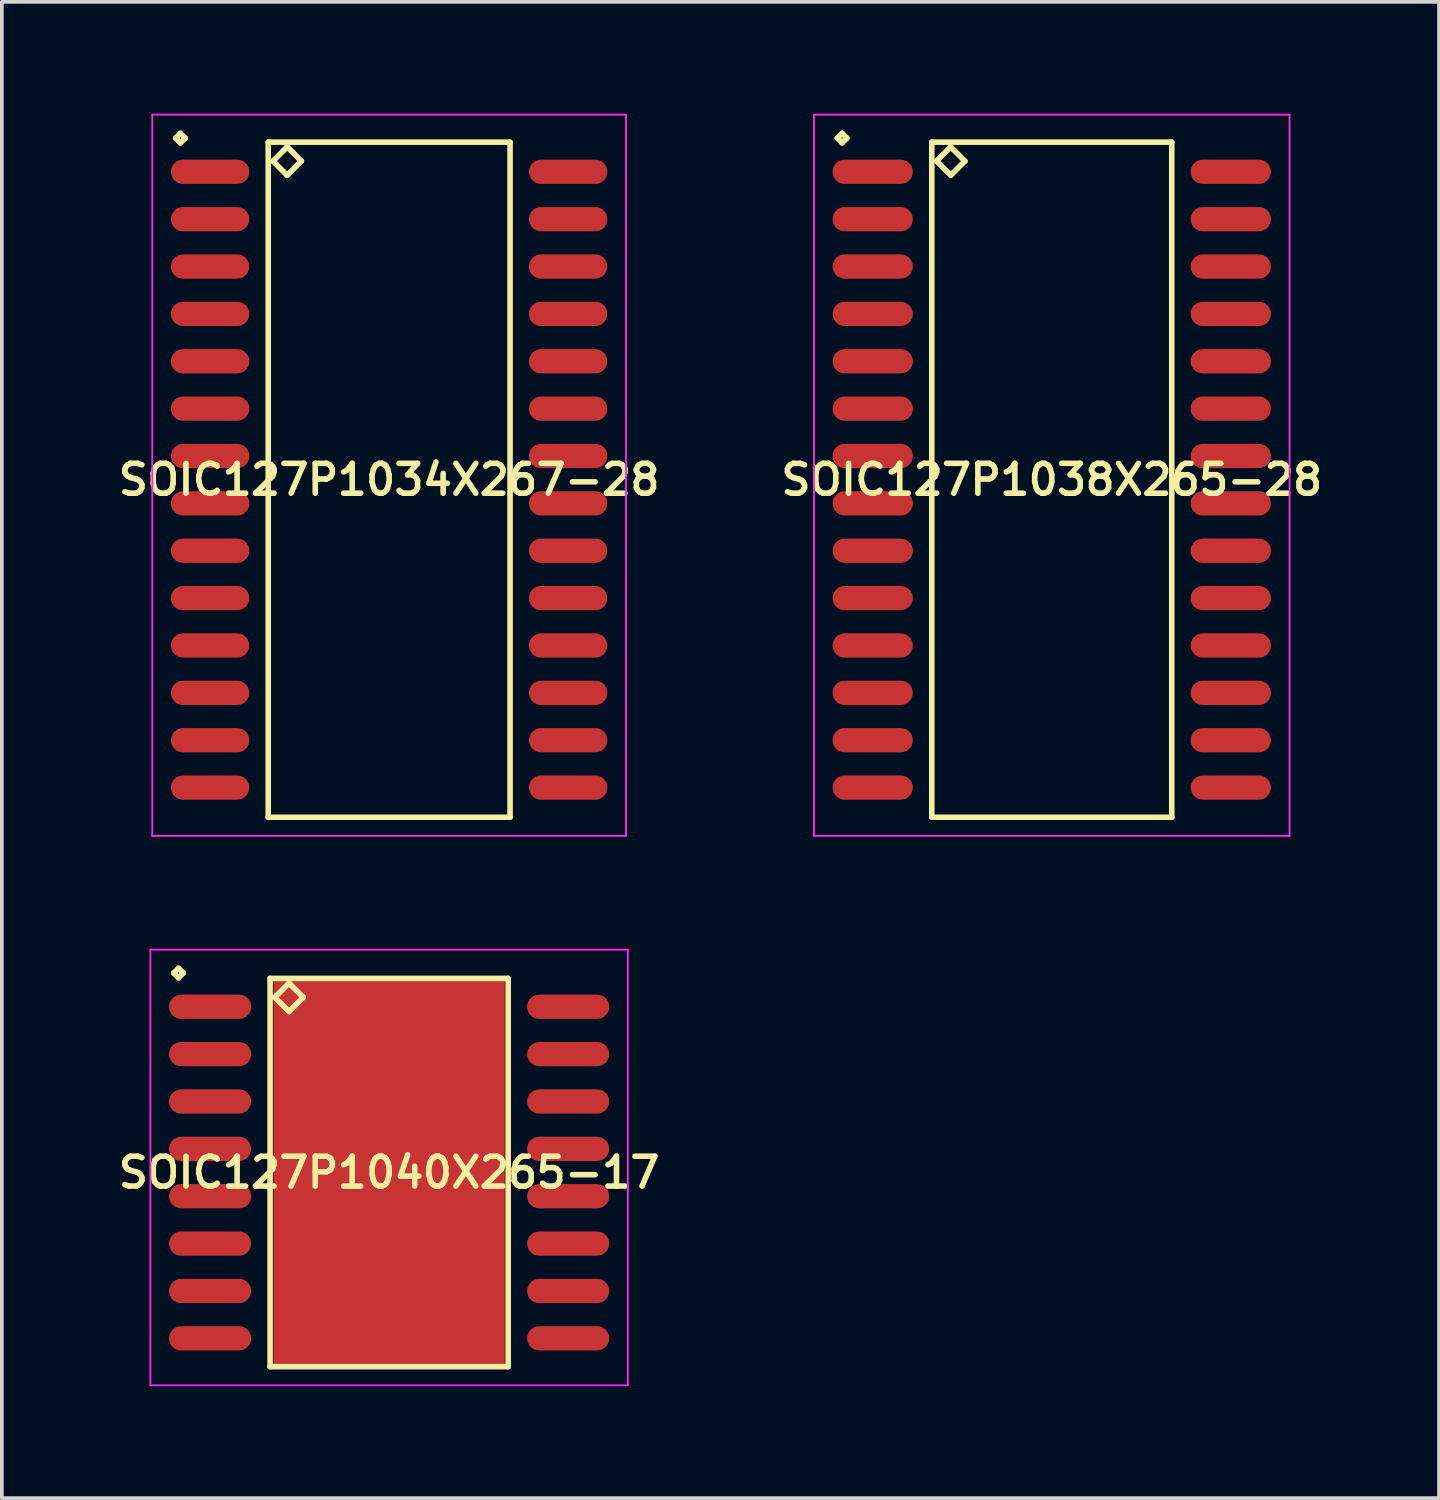
<source format=kicad_pcb>
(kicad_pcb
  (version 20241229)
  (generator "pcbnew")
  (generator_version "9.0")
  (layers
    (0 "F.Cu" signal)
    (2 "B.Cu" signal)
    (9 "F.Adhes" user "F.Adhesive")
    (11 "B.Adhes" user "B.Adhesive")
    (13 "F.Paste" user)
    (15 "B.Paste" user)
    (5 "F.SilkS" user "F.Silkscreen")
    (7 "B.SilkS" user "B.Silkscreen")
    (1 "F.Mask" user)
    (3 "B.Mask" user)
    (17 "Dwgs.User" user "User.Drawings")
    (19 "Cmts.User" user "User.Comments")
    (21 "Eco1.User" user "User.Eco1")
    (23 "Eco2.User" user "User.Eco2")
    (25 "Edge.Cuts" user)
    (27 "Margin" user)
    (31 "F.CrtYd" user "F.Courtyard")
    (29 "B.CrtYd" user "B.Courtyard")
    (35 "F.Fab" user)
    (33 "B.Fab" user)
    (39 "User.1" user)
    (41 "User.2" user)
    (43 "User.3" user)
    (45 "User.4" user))
  (footprint "SOIC127P1040X265-17"
    (layer "F.Cu")
    (at 7.383 28.387)
    (property "Reference" "SOIC127P1040X265-17" (at 0 0 0) (layer "F.SilkS") (effects (font (size 0.8 0.8) (thickness 0.15))))
    (attr smd)
    (fp_line (start -5.773 -5.349) (end -5.646 -5.476) (stroke (width 0.15) (type solid)) (layer "F.SilkS"))
    (fp_line (start -5.646 -5.476) (end -5.519 -5.349) (stroke (width 0.15) (type solid)) (layer "F.SilkS"))
    (fp_line (start -5.646 -5.222) (end -5.773 -5.349) (stroke (width 0.15) (type solid)) (layer "F.SilkS"))
    (fp_line (start -5.519 -5.349) (end -5.646 -5.222) (stroke (width 0.15) (type solid)) (layer "F.SilkS"))
    (fp_line (start -3.192 -5.205) (end -3.192 5.205) (stroke (width 0.15) (type solid)) (layer "F.SilkS"))
    (fp_line (start -3.192 5.205) (end 3.192 5.205) (stroke (width 0.15) (type solid)) (layer "F.SilkS"))
    (fp_line (start -3.065 -4.697) (end -2.684 -5.078) (stroke (width 0.15) (type solid)) (layer "F.SilkS"))
    (fp_line (start -2.684 -5.078) (end -2.303 -4.697) (stroke (width 0.15) (type solid)) (layer "F.SilkS"))
    (fp_line (start -2.684 -4.316) (end -3.065 -4.697) (stroke (width 0.15) (type solid)) (layer "F.SilkS"))
    (fp_line (start -2.303 -4.697) (end -2.684 -4.316) (stroke (width 0.15) (type solid)) (layer "F.SilkS"))
    (fp_line (start 3.192 -5.205) (end -3.192 -5.205) (stroke (width 0.15) (type solid)) (layer "F.SilkS"))
    (fp_line (start 3.192 5.205) (end 3.192 -5.205) (stroke (width 0.15) (type solid)) (layer "F.SilkS"))
    (fp_line (start -6.4 -5.976) (end 6.4 -5.976) (stroke (width 0.05) (type solid)) (layer "F.CrtYd"))
    (fp_line (start -6.4 5.705) (end -6.4 -5.976) (stroke (width 0.05) (type solid)) (layer "F.CrtYd"))
    (fp_line (start 6.4 -5.976) (end 6.4 5.705) (stroke (width 0.05) (type solid)) (layer "F.CrtYd"))
    (fp_line (start 6.4 5.705) (end -6.4 5.705) (stroke (width 0.05) (type solid)) (layer "F.CrtYd"))
    (pad "1" smd oval (at -4.8 -4.445) (size 2.2 0.65) (layers "F.Cu" "F.Mask" "F.Paste"))
    (pad "2" smd oval (at -4.8 -3.175) (size 2.2 0.65) (layers "F.Cu" "F.Mask" "F.Paste"))
    (pad "3" smd oval (at -4.8 -1.905) (size 2.2 0.65) (layers "F.Cu" "F.Mask" "F.Paste"))
    (pad "4" smd oval (at -4.8 -0.635) (size 2.2 0.65) (layers "F.Cu" "F.Mask" "F.Paste"))
    (pad "5" smd oval (at -4.8 0.635) (size 2.2 0.65) (layers "F.Cu" "F.Mask" "F.Paste"))
    (pad "6" smd oval (at -4.8 1.905) (size 2.2 0.65) (layers "F.Cu" "F.Mask" "F.Paste"))
    (pad "7" smd oval (at -4.8 3.175) (size 2.2 0.65) (layers "F.Cu" "F.Mask" "F.Paste"))
    (pad "8" smd oval (at -4.8 4.445) (size 2.2 0.65) (layers "F.Cu" "F.Mask" "F.Paste"))
    (pad "9" smd oval (at 4.8 4.445) (size 2.2 0.65) (layers "F.Cu" "F.Mask" "F.Paste"))
    (pad "10" smd oval (at 4.8 3.175) (size 2.2 0.65) (layers "F.Cu" "F.Mask" "F.Paste"))
    (pad "11" smd oval (at 4.8 1.905) (size 2.2 0.65) (layers "F.Cu" "F.Mask" "F.Paste"))
    (pad "12" smd oval (at 4.8 0.635) (size 2.2 0.65) (layers "F.Cu" "F.Mask" "F.Paste"))
    (pad "13" smd oval (at 4.8 -0.635) (size 2.2 0.65) (layers "F.Cu" "F.Mask" "F.Paste"))
    (pad "14" smd oval (at 4.8 -1.905) (size 2.2 0.65) (layers "F.Cu" "F.Mask" "F.Paste"))
    (pad "15" smd oval (at 4.8 -3.175) (size 2.2 0.65) (layers "F.Cu" "F.Mask" "F.Paste"))
    (pad "16" smd oval (at 4.8 -4.445) (size 2.2 0.65) (layers "F.Cu" "F.Mask" "F.Paste"))
    (pad "17" smd rect (at 0 0) (size 6.2 10.4) (layers "F.Cu" "F.Mask" "F.Paste")))
  (footprint "SOIC127P1034X267-28"
    (layer "F.Cu")
    (at 7.383 9.811)
    (property "Reference" "SOIC127P1034X267-28" (at 0 0 0) (layer "F.SilkS") (effects (font (size 0.8 0.8) (thickness 0.15))))
    (attr smd)
    (fp_line (start -5.723 -9.159) (end -5.596 -9.286) (stroke (width 0.15) (type solid)) (layer "F.SilkS"))
    (fp_line (start -5.596 -9.286) (end -5.469 -9.159) (stroke (width 0.15) (type solid)) (layer "F.SilkS"))
    (fp_line (start -5.596 -9.032) (end -5.723 -9.159) (stroke (width 0.15) (type solid)) (layer "F.SilkS"))
    (fp_line (start -5.469 -9.159) (end -5.596 -9.032) (stroke (width 0.15) (type solid)) (layer "F.SilkS"))
    (fp_line (start -3.242 -9.05) (end -3.242 9.05) (stroke (width 0.15) (type solid)) (layer "F.SilkS"))
    (fp_line (start -3.242 9.05) (end 3.242 9.05) (stroke (width 0.15) (type solid)) (layer "F.SilkS"))
    (fp_line (start -3.115 -8.542) (end -2.734 -8.923) (stroke (width 0.15) (type solid)) (layer "F.SilkS"))
    (fp_line (start -2.734 -8.923) (end -2.353 -8.542) (stroke (width 0.15) (type solid)) (layer "F.SilkS"))
    (fp_line (start -2.734 -8.161) (end -3.115 -8.542) (stroke (width 0.15) (type solid)) (layer "F.SilkS"))
    (fp_line (start -2.353 -8.542) (end -2.734 -8.161) (stroke (width 0.15) (type solid)) (layer "F.SilkS"))
    (fp_line (start 3.242 -9.05) (end -3.242 -9.05) (stroke (width 0.15) (type solid)) (layer "F.SilkS"))
    (fp_line (start 3.242 9.05) (end 3.242 -9.05) (stroke (width 0.15) (type solid)) (layer "F.SilkS"))
    (fp_line (start -6.35 -9.786) (end 6.35 -9.786) (stroke (width 0.05) (type solid)) (layer "F.CrtYd"))
    (fp_line (start -6.35 9.55) (end -6.35 -9.786) (stroke (width 0.05) (type solid)) (layer "F.CrtYd"))
    (fp_line (start 6.35 -9.786) (end 6.35 9.55) (stroke (width 0.05) (type solid)) (layer "F.CrtYd"))
    (fp_line (start 6.35 9.55) (end -6.35 9.55) (stroke (width 0.05) (type solid)) (layer "F.CrtYd"))
    (pad "1" smd oval (at -4.8 -8.255) (size 2.1 0.65) (layers "F.Cu" "F.Mask" "F.Paste"))
    (pad "2" smd oval (at -4.8 -6.985) (size 2.1 0.65) (layers "F.Cu" "F.Mask" "F.Paste"))
    (pad "3" smd oval (at -4.8 -5.715) (size 2.1 0.65) (layers "F.Cu" "F.Mask" "F.Paste"))
    (pad "4" smd oval (at -4.8 -4.445) (size 2.1 0.65) (layers "F.Cu" "F.Mask" "F.Paste"))
    (pad "5" smd oval (at -4.8 -3.175) (size 2.1 0.65) (layers "F.Cu" "F.Mask" "F.Paste"))
    (pad "6" smd oval (at -4.8 -1.905) (size 2.1 0.65) (layers "F.Cu" "F.Mask" "F.Paste"))
    (pad "7" smd oval (at -4.8 -0.635) (size 2.1 0.65) (layers "F.Cu" "F.Mask" "F.Paste"))
    (pad "8" smd oval (at -4.8 0.635) (size 2.1 0.65) (layers "F.Cu" "F.Mask" "F.Paste"))
    (pad "9" smd oval (at -4.8 1.905) (size 2.1 0.65) (layers "F.Cu" "F.Mask" "F.Paste"))
    (pad "10" smd oval (at -4.8 3.175) (size 2.1 0.65) (layers "F.Cu" "F.Mask" "F.Paste"))
    (pad "11" smd oval (at -4.8 4.445) (size 2.1 0.65) (layers "F.Cu" "F.Mask" "F.Paste"))
    (pad "12" smd oval (at -4.8 5.715) (size 2.1 0.65) (layers "F.Cu" "F.Mask" "F.Paste"))
    (pad "13" smd oval (at -4.8 6.985) (size 2.1 0.65) (layers "F.Cu" "F.Mask" "F.Paste"))
    (pad "14" smd oval (at -4.8 8.255) (size 2.1 0.65) (layers "F.Cu" "F.Mask" "F.Paste"))
    (pad "15" smd oval (at 4.8 8.255) (size 2.1 0.65) (layers "F.Cu" "F.Mask" "F.Paste"))
    (pad "16" smd oval (at 4.8 6.985) (size 2.1 0.65) (layers "F.Cu" "F.Mask" "F.Paste"))
    (pad "17" smd oval (at 4.8 5.715) (size 2.1 0.65) (layers "F.Cu" "F.Mask" "F.Paste"))
    (pad "18" smd oval (at 4.8 4.445) (size 2.1 0.65) (layers "F.Cu" "F.Mask" "F.Paste"))
    (pad "19" smd oval (at 4.8 3.175) (size 2.1 0.65) (layers "F.Cu" "F.Mask" "F.Paste"))
    (pad "20" smd oval (at 4.8 1.905) (size 2.1 0.65) (layers "F.Cu" "F.Mask" "F.Paste"))
    (pad "21" smd oval (at 4.8 0.635) (size 2.1 0.65) (layers "F.Cu" "F.Mask" "F.Paste"))
    (pad "22" smd oval (at 4.8 -0.635) (size 2.1 0.65) (layers "F.Cu" "F.Mask" "F.Paste"))
    (pad "23" smd oval (at 4.8 -1.905) (size 2.1 0.65) (layers "F.Cu" "F.Mask" "F.Paste"))
    (pad "24" smd oval (at 4.8 -3.175) (size 2.1 0.65) (layers "F.Cu" "F.Mask" "F.Paste"))
    (pad "25" smd oval (at 4.8 -4.445) (size 2.1 0.65) (layers "F.Cu" "F.Mask" "F.Paste"))
    (pad "26" smd oval (at 4.8 -5.715) (size 2.1 0.65) (layers "F.Cu" "F.Mask" "F.Paste"))
    (pad "27" smd oval (at 4.8 -6.985) (size 2.1 0.65) (layers "F.Cu" "F.Mask" "F.Paste"))
    (pad "28" smd oval (at 4.8 -8.255) (size 2.1 0.65) (layers "F.Cu" "F.Mask" "F.Paste")))
  (footprint "SOIC127P1038X265-28"
    (layer "F.Cu")
    (at 25.149 9.811)
    (property "Reference" "SOIC127P1038X265-28" (at 0 0 0) (layer "F.SilkS") (effects (font (size 0.8 0.8) (thickness 0.15))))
    (attr smd)
    (fp_line (start -5.748 -9.159) (end -5.621 -9.286) (stroke (width 0.15) (type solid)) (layer "F.SilkS"))
    (fp_line (start -5.621 -9.286) (end -5.494 -9.159) (stroke (width 0.15) (type solid)) (layer "F.SilkS"))
    (fp_line (start -5.621 -9.032) (end -5.748 -9.159) (stroke (width 0.15) (type solid)) (layer "F.SilkS"))
    (fp_line (start -5.494 -9.159) (end -5.621 -9.032) (stroke (width 0.15) (type solid)) (layer "F.SilkS"))
    (fp_line (start -3.217 -9.05) (end -3.217 9.05) (stroke (width 0.15) (type solid)) (layer "F.SilkS"))
    (fp_line (start -3.217 9.05) (end 3.217 9.05) (stroke (width 0.15) (type solid)) (layer "F.SilkS"))
    (fp_line (start -3.09 -8.542) (end -2.709 -8.923) (stroke (width 0.15) (type solid)) (layer "F.SilkS"))
    (fp_line (start -2.709 -8.923) (end -2.328 -8.542) (stroke (width 0.15) (type solid)) (layer "F.SilkS"))
    (fp_line (start -2.709 -8.161) (end -3.09 -8.542) (stroke (width 0.15) (type solid)) (layer "F.SilkS"))
    (fp_line (start -2.328 -8.542) (end -2.709 -8.161) (stroke (width 0.15) (type solid)) (layer "F.SilkS"))
    (fp_line (start 3.217 -9.05) (end -3.217 -9.05) (stroke (width 0.15) (type solid)) (layer "F.SilkS"))
    (fp_line (start 3.217 9.05) (end 3.217 -9.05) (stroke (width 0.15) (type solid)) (layer "F.SilkS"))
    (fp_line (start -6.375 -9.786) (end 6.375 -9.786) (stroke (width 0.05) (type solid)) (layer "F.CrtYd"))
    (fp_line (start -6.375 9.55) (end -6.375 -9.786) (stroke (width 0.05) (type solid)) (layer "F.CrtYd"))
    (fp_line (start 6.375 -9.786) (end 6.375 9.55) (stroke (width 0.05) (type solid)) (layer "F.CrtYd"))
    (fp_line (start 6.375 9.55) (end -6.375 9.55) (stroke (width 0.05) (type solid)) (layer "F.CrtYd"))
    (pad "1" smd oval (at -4.8 -8.255) (size 2.15 0.65) (layers "F.Cu" "F.Mask" "F.Paste"))
    (pad "2" smd oval (at -4.8 -6.985) (size 2.15 0.65) (layers "F.Cu" "F.Mask" "F.Paste"))
    (pad "3" smd oval (at -4.8 -5.715) (size 2.15 0.65) (layers "F.Cu" "F.Mask" "F.Paste"))
    (pad "4" smd oval (at -4.8 -4.445) (size 2.15 0.65) (layers "F.Cu" "F.Mask" "F.Paste"))
    (pad "5" smd oval (at -4.8 -3.175) (size 2.15 0.65) (layers "F.Cu" "F.Mask" "F.Paste"))
    (pad "6" smd oval (at -4.8 -1.905) (size 2.15 0.65) (layers "F.Cu" "F.Mask" "F.Paste"))
    (pad "7" smd oval (at -4.8 -0.635) (size 2.15 0.65) (layers "F.Cu" "F.Mask" "F.Paste"))
    (pad "8" smd oval (at -4.8 0.635) (size 2.15 0.65) (layers "F.Cu" "F.Mask" "F.Paste"))
    (pad "9" smd oval (at -4.8 1.905) (size 2.15 0.65) (layers "F.Cu" "F.Mask" "F.Paste"))
    (pad "10" smd oval (at -4.8 3.175) (size 2.15 0.65) (layers "F.Cu" "F.Mask" "F.Paste"))
    (pad "11" smd oval (at -4.8 4.445) (size 2.15 0.65) (layers "F.Cu" "F.Mask" "F.Paste"))
    (pad "12" smd oval (at -4.8 5.715) (size 2.15 0.65) (layers "F.Cu" "F.Mask" "F.Paste"))
    (pad "13" smd oval (at -4.8 6.985) (size 2.15 0.65) (layers "F.Cu" "F.Mask" "F.Paste"))
    (pad "14" smd oval (at -4.8 8.255) (size 2.15 0.65) (layers "F.Cu" "F.Mask" "F.Paste"))
    (pad "15" smd oval (at 4.8 8.255) (size 2.15 0.65) (layers "F.Cu" "F.Mask" "F.Paste"))
    (pad "16" smd oval (at 4.8 6.985) (size 2.15 0.65) (layers "F.Cu" "F.Mask" "F.Paste"))
    (pad "17" smd oval (at 4.8 5.715) (size 2.15 0.65) (layers "F.Cu" "F.Mask" "F.Paste"))
    (pad "18" smd oval (at 4.8 4.445) (size 2.15 0.65) (layers "F.Cu" "F.Mask" "F.Paste"))
    (pad "19" smd oval (at 4.8 3.175) (size 2.15 0.65) (layers "F.Cu" "F.Mask" "F.Paste"))
    (pad "20" smd oval (at 4.8 1.905) (size 2.15 0.65) (layers "F.Cu" "F.Mask" "F.Paste"))
    (pad "21" smd oval (at 4.8 0.635) (size 2.15 0.65) (layers "F.Cu" "F.Mask" "F.Paste"))
    (pad "22" smd oval (at 4.8 -0.635) (size 2.15 0.65) (layers "F.Cu" "F.Mask" "F.Paste"))
    (pad "23" smd oval (at 4.8 -1.905) (size 2.15 0.65) (layers "F.Cu" "F.Mask" "F.Paste"))
    (pad "24" smd oval (at 4.8 -3.175) (size 2.15 0.65) (layers "F.Cu" "F.Mask" "F.Paste"))
    (pad "25" smd oval (at 4.8 -4.445) (size 2.15 0.65) (layers "F.Cu" "F.Mask" "F.Paste"))
    (pad "26" smd oval (at 4.8 -5.715) (size 2.15 0.65) (layers "F.Cu" "F.Mask" "F.Paste"))
    (pad "27" smd oval (at 4.8 -6.985) (size 2.15 0.65) (layers "F.Cu" "F.Mask" "F.Paste"))
    (pad "28" smd oval (at 4.8 -8.255) (size 2.15 0.65) (layers "F.Cu" "F.Mask" "F.Paste")))
  (gr_rect
    (start -3 -3)
    (end 35.532 37.117)
    (stroke (width 0.1) (type default))
    (fill no)
    (layer "Edge.Cuts")))
</source>
